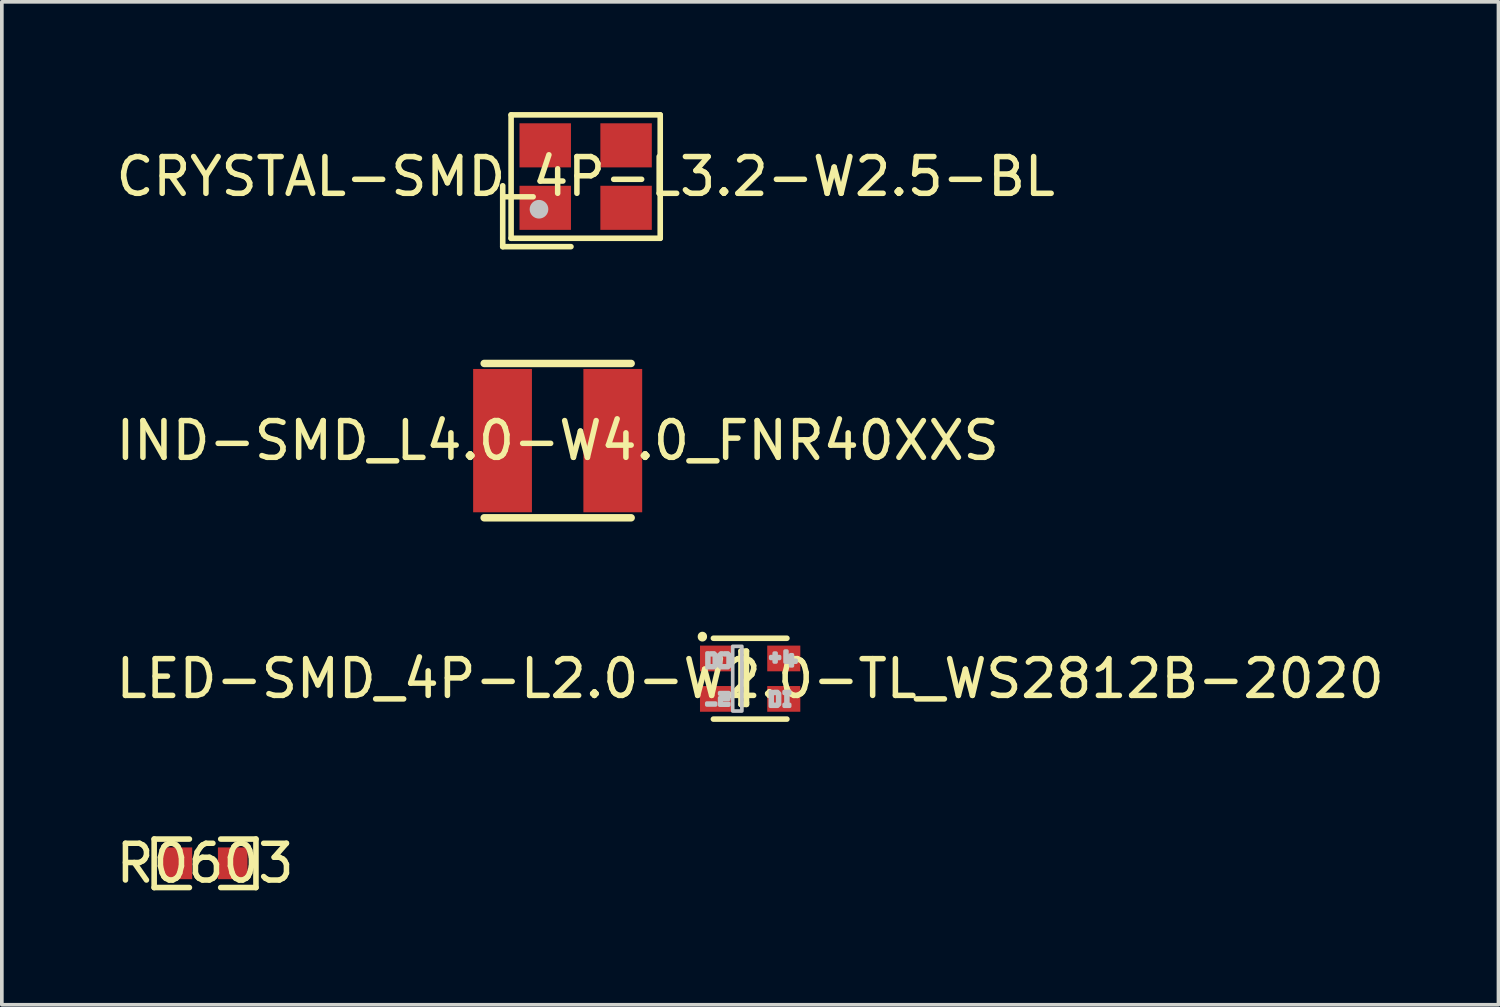
<source format=kicad_pcb>
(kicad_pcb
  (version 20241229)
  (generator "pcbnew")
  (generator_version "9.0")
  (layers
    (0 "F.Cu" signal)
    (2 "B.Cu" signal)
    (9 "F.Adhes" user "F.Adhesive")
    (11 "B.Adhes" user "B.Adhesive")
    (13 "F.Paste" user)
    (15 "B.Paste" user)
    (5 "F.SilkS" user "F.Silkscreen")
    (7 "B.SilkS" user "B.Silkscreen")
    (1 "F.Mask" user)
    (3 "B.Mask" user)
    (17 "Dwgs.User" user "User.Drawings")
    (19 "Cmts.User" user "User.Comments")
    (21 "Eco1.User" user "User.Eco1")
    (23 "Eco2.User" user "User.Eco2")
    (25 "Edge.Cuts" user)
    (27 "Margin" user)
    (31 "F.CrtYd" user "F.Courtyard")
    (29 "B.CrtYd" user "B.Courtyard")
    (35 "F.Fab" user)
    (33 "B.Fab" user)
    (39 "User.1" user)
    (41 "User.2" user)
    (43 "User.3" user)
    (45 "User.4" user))
  (footprint "CRYSTAL-SMD_4P-L3.2-W2.5-BL"
    (layer "F.Cu")
    (at 12.887 1.755)
    (property "Reference" "CRYSTAL-SMD_4P-L3.2-W2.5-BL" (at 0 0 0) (layer "F.SilkS") (effects (font (size 1 1) (thickness 0.15))))
    (fp_line (start -2.257 0.25) (end -2.257 1.907) (stroke (width 0.152) (type default)) (layer "F.SilkS"))
    (fp_line (start -2.257 1.907) (end -0.4 1.907) (stroke (width 0.152) (type default)) (layer "F.SilkS"))
    (fp_line (start -2.029 -1.679) (end 2.029 -1.679) (stroke (width 0.152) (type default)) (layer "F.SilkS"))
    (fp_line (start -2.029 1.679) (end -2.029 -1.679) (stroke (width 0.152) (type default)) (layer "F.SilkS"))
    (fp_line (start 2.029 -1.679) (end 2.029 1.679) (stroke (width 0.152) (type default)) (layer "F.SilkS"))
    (fp_line (start 2.029 1.679) (end -2.029 1.679) (stroke (width 0.152) (type default)) (layer "F.SilkS"))
    (fp_circle (center -1.27 0.889) (end -1.143 0.889) (stroke (width 0.254) (type default)) (fill no) (layer "Dwgs.User"))
    (fp_poly (pts (xy -1.5 -1.15) (xy -0.6 -1.15) (xy -0.6 -0.35) (xy -1.5 -0.35)) (stroke (width 0.1) (type default)) (fill no) (layer "User.1"))
    (fp_poly (pts (xy -1.5 0.35) (xy -0.6 0.35) (xy -0.6 1.15) (xy -1.5 1.15)) (stroke (width 0.1) (type default)) (fill no) (layer "User.1"))
    (fp_poly (pts (xy 0.6 -1.15) (xy 1.5 -1.15) (xy 1.5 -0.35) (xy 0.6 -0.35)) (stroke (width 0.1) (type default)) (fill no) (layer "User.1"))
    (fp_poly (pts (xy 0.6 0.35) (xy 1.5 0.35) (xy 1.5 1.15) (xy 0.6 1.15)) (stroke (width 0.1) (type default)) (fill no) (layer "User.1"))
    (fp_line (start -1.6 -1.25) (end 1.6 -1.25) (stroke (width 0.051) (type default)) (layer "User.2"))
    (fp_line (start -1.6 1.25) (end -1.6 -1.25) (stroke (width 0.051) (type default)) (layer "User.2"))
    (fp_line (start 1.6 -1.25) (end 1.6 1.25) (stroke (width 0.051) (type default)) (layer "User.2"))
    (fp_line (start 1.6 1.25) (end -1.6 1.25) (stroke (width 0.051) (type default)) (layer "User.2"))
    (fp_poly (pts (xy -1.545 1.227) (xy -1.577 1.195) (xy -1.623 1.195) (xy -1.655 1.227) (xy -1.655 1.273) (xy -1.623 1.305) (xy -1.577 1.305) (xy -1.545 1.273)) (stroke (width 0.1) (type default)) (fill no) (layer "User.3"))
    (pad "1" smd rect (at -1.1 0.85) (size 1.4 1.2) (layers "F.Cu" "F.Mask" "F.Paste"))
    (pad "2" smd rect (at 1.1 0.85) (size 1.4 1.2) (layers "F.Cu" "F.Mask" "F.Paste"))
    (pad "3" smd rect (at 1.1 -0.85) (size 1.4 1.2) (layers "F.Cu" "F.Mask" "F.Paste"))
    (pad "4" smd rect (at -1.1 -0.85) (size 1.4 1.2) (layers "F.Cu" "F.Mask" "F.Paste")))
  (footprint "R0603"
    (layer "F.Cu")
    (at 2.53 20.442)
    (property "Reference" "R0603" (at 0 0 0) (layer "F.SilkS") (effects (font (size 1 1) (thickness 0.15))))
    (fp_line (start -1.385 -0.66) (end -0.426 -0.66) (stroke (width 0.152) (type default)) (layer "F.SilkS"))
    (fp_line (start -1.385 0.66) (end -1.385 -0.66) (stroke (width 0.152) (type default)) (layer "F.SilkS"))
    (fp_line (start -0.426 0.66) (end -1.385 0.66) (stroke (width 0.152) (type default)) (layer "F.SilkS"))
    (fp_line (start 0.426 0.66) (end 1.385 0.66) (stroke (width 0.152) (type default)) (layer "F.SilkS"))
    (fp_line (start 1.385 -0.66) (end 0.426 -0.66) (stroke (width 0.152) (type default)) (layer "F.SilkS"))
    (fp_line (start 1.385 0.66) (end 1.385 -0.66) (stroke (width 0.152) (type default)) (layer "F.SilkS"))
    (fp_poly (pts (xy -1.195 0.45) (xy -0.395 0.45) (xy -0.345 0.4) (xy -0.345 0.172) (xy -0.715 0.172) (xy -0.715 -0.158) (xy -0.345 -0.158) (xy -0.345 -0.4) (xy -0.395 -0.45) (xy -1.195 -0.45) (xy -1.245 -0.4) (xy -1.245 0.4)) (stroke (width 0) (type default)) (fill yes) (layer "F.Paste"))
    (fp_poly (pts (xy 1.195 -0.45) (xy 0.395 -0.45) (xy 0.345 -0.4) (xy 0.345 -0.172) (xy 0.715 -0.172) (xy 0.715 0.158) (xy 0.345 0.158) (xy 0.345 0.4) (xy 0.395 0.45) (xy 1.195 0.45) (xy 1.245 0.4) (xy 1.245 -0.4)) (stroke (width 0) (type default)) (fill yes) (layer "F.Paste"))
    (fp_poly (pts (xy -0.8 0.4) (xy -0.8 -0.4) (xy -0.5 -0.4) (xy -0.5 0.4)) (stroke (width 0.1) (type default)) (fill no) (layer "User.1"))
    (fp_poly (pts (xy 0.8 0.4) (xy 0.8 -0.4) (xy 0.5 -0.4) (xy 0.5 0.4)) (stroke (width 0.1) (type default)) (fill no) (layer "User.1"))
    (fp_line (start -0.8 -0.4) (end 0.8 -0.4) (stroke (width 0.051) (type default)) (layer "User.2"))
    (fp_line (start -0.8 0.4) (end -0.8 -0.4) (stroke (width 0.051) (type default)) (layer "User.2"))
    (fp_line (start 0.8 -0.4) (end 0.8 0.4) (stroke (width 0.051) (type default)) (layer "User.2"))
    (fp_line (start 0.8 0.4) (end -0.8 0.4) (stroke (width 0.051) (type default)) (layer "User.2"))
    (fp_poly (pts (xy -0.745 0.377) (xy -0.777 0.345) (xy -0.823 0.345) (xy -0.855 0.377) (xy -0.855 0.423) (xy -0.823 0.455) (xy -0.777 0.455) (xy -0.745 0.423)) (stroke (width 0.1) (type default)) (fill no) (layer "User.3"))
    (pad "1" smd rect (at -0.753 0) (size 0.806 0.864) (layers "F.Cu" "F.Mask" "F.Paste"))
    (pad "2" smd rect (at 0.753 0) (size 0.806 0.864) (layers "F.Cu" "F.Mask" "F.Paste")))
  (footprint "IND-SMD_L4.0-W4.0_FNR40XXS"
    (layer "F.Cu")
    (at 12.125 8.94)
    (property "Reference" "IND-SMD_L4.0-W4.0_FNR40XXS" (at 0 0 0) (layer "F.SilkS") (effects (font (size 1 1) (thickness 0.15))))
    (fp_line (start -2 -2.1) (end 2 -2.1) (stroke (width 0.203) (type default)) (layer "F.SilkS"))
    (fp_line (start -2 2.1) (end 2 2.1) (stroke (width 0.203) (type default)) (layer "F.SilkS"))
    (fp_poly (pts (xy -1.05 -1.65) (xy -1.05 1.65) (xy -2.001 1.65) (xy -2.001 -1.65)) (stroke (width 0.1) (type default)) (fill no) (layer "User.1"))
    (fp_poly (pts (xy 2.001 -1.65) (xy 2.001 1.65) (xy 1.05 1.65) (xy 1.05 -1.65)) (stroke (width 0.1) (type default)) (fill no) (layer "User.1"))
    (fp_line (start -2 -2) (end 2 -2) (stroke (width 0.051) (type default)) (layer "User.2"))
    (fp_line (start -2 2) (end -2 -2) (stroke (width 0.051) (type default)) (layer "User.2"))
    (fp_line (start 2 -2) (end 2 2) (stroke (width 0.051) (type default)) (layer "User.2"))
    (fp_line (start 2 2) (end -2 2) (stroke (width 0.051) (type default)) (layer "User.2"))
    (fp_poly (pts (xy -1.945 1.98) (xy -1.977 1.948) (xy -2.023 1.948) (xy -2.055 1.98) (xy -2.055 2.026) (xy -2.023 2.058) (xy -1.977 2.058) (xy -1.945 2.026)) (stroke (width 0.1) (type default)) (fill no) (layer "User.3"))
    (pad "1" smd rect (at -1.5 0) (size 1.6 3.9) (layers "F.Cu" "F.Mask" "F.Paste"))
    (pad "2" smd rect (at 1.5 0) (size 1.6 3.9) (layers "F.Cu" "F.Mask" "F.Paste")))
  (footprint "LED-SMD_4P-L2.0-W2.0-TL_WS2812B-2020"
    (layer "F.Cu")
    (at 17.363 15.418)
    (property "Reference" "LED-SMD_4P-L2.0-W2.0-TL_WS2812B-2020" (at 0 0 0) (layer "F.SilkS") (effects (font (size 1 1) (thickness 0.15))))
    (fp_line (start -1.3 -1.15) (end -1.3 -1.138) (stroke (width 0.254) (type default)) (layer "F.SilkS"))
    (fp_line (start -1 1.1) (end 1 1.1) (stroke (width 0.152) (type default)) (layer "F.SilkS"))
    (fp_line (start -0.25 -0.75) (end -0.25 0.7) (stroke (width 0.152) (type default)) (layer "F.SilkS"))
    (fp_line (start -0.25 -0.75) (end -0.1 -0.75) (stroke (width 0.152) (type default)) (layer "F.SilkS"))
    (fp_line (start -0.1 -0.75) (end -0.1 0.65) (stroke (width 0.152) (type default)) (layer "F.SilkS"))
    (fp_line (start -0.1 0.65) (end -0.1 0.7) (stroke (width 0.152) (type default)) (layer "F.SilkS"))
    (fp_line (start -0.1 0.7) (end -0.25 0.7) (stroke (width 0.152) (type default)) (layer "F.SilkS"))
    (fp_line (start 1 -1.1) (end -1 -1.1) (stroke (width 0.152) (type default)) (layer "F.SilkS"))
    (fp_poly (pts (xy -1.18 0.665) (xy -0.94 0.665) (xy -0.94 0.715) (xy -1.18 0.715)) (stroke (width 0.1) (type default)) (fill no) (layer "Dwgs.User"))
    (fp_poly (pts (xy -0.225 -0.88) (xy -0.225 0.88) (xy -0.475 0.88) (xy -0.475 -0.88)) (stroke (width 0.1) (type default)) (fill no) (layer "Dwgs.User"))
    (fp_poly (pts (xy 0.56 -0.6) (xy 0.8 -0.6) (xy 0.8 -0.55) (xy 0.56 -0.55)) (stroke (width 0.1) (type default)) (fill no) (layer "Dwgs.User"))
    (fp_poly (pts (xy 0.655 -0.455) (xy 0.655 -0.695) (xy 0.705 -0.695) (xy 0.705 -0.455)) (stroke (width 0.1) (type default)) (fill no) (layer "Dwgs.User"))
    (fp_poly (pts (xy 0.925 0.75) (xy 0.925 0.7) (xy 0.975 0.7) (xy 0.975 0.4) (xy 0.925 0.4) (xy 0.925 0.35) (xy 1.075 0.35) (xy 1.075 0.4) (xy 1.025 0.4) (xy 1.025 0.7) (xy 1.075 0.7) (xy 1.075 0.75)) (stroke (width 0.1) (type default)) (fill no) (layer "Dwgs.User"))
    (fp_poly (pts (xy -1.175 -0.7) (xy -1.175 -0.3) (xy -1.025 -0.3) (xy -0.975 -0.3) (xy -0.925 -0.35) (xy -0.925 -0.65) (xy -0.975 -0.7) (xy -1.075 -0.7) (xy -1.075 -0.65) (xy -0.975 -0.65) (xy -0.975 -0.35) (xy -1.125 -0.35) (xy -1.125 -0.7)) (stroke (width 0.1) (type default)) (fill no) (layer "Dwgs.User"))
    (fp_poly (pts (xy 0.55 0.35) (xy 0.55 0.75) (xy 0.7 0.75) (xy 0.75 0.75) (xy 0.8 0.7) (xy 0.8 0.4) (xy 0.75 0.35) (xy 0.65 0.35) (xy 0.65 0.4) (xy 0.75 0.4) (xy 0.75 0.7) (xy 0.6 0.7) (xy 0.6 0.35)) (stroke (width 0.1) (type default)) (fill no) (layer "Dwgs.User"))
    (fp_poly (pts (xy 0.95 -0.75) (xy 0.95 -0.45) (xy 1.1 -0.45) (xy 1.1 -0.35) (xy 1.15 -0.35) (xy 1.15 -0.45) (xy 1.25 -0.45) (xy 1.25 -0.5) (xy 1.15 -0.5) (xy 1.15 -0.65) (xy 1.1 -0.65) (xy 1.1 -0.5) (xy 1 -0.5) (xy 1 -0.75)) (stroke (width 0.1) (type default)) (fill no) (layer "Dwgs.User"))
    (fp_poly (pts (xy -0.82 0.38) (xy -0.58 0.38) (xy -0.58 0.56) (xy -0.79 0.56) (xy -0.79 0.67) (xy -0.58 0.67) (xy -0.58 0.72) (xy -0.82 0.72) (xy -0.83 0.72) (xy -0.83 0.71) (xy -0.83 0.52) (xy -0.61 0.52) (xy -0.61 0.42) (xy -0.83 0.42) (xy -0.83 0.38)) (stroke (width 0.1) (type default)) (fill no) (layer "Dwgs.User"))
    (fp_poly (pts (xy -0.8 -0.7) (xy -0.85 -0.65) (xy -0.85 -0.35) (xy -0.8 -0.3) (xy -0.6 -0.3) (xy -0.55 -0.35) (xy -0.55 -0.65) (xy -0.6 -0.7) (xy -0.7 -0.7) (xy -0.7 -0.65) (xy -0.6 -0.65) (xy -0.6 -0.35) (xy -0.8 -0.35) (xy -0.8 -0.65) (xy -0.75 -0.65) (xy -0.75 -0.7)) (stroke (width 0.1) (type default)) (fill no) (layer "Dwgs.User"))
    (fp_poly (pts (xy -1 -0.2) (xy -1 -0.9) (xy -0.475 -0.9) (xy -0.475 -0.2)) (stroke (width 0.1) (type default)) (fill no) (layer "User.1"))
    (fp_poly (pts (xy -1 0.9) (xy -1 0.2) (xy -0.475 0.2) (xy -0.475 0.9)) (stroke (width 0.1) (type default)) (fill no) (layer "User.1"))
    (fp_poly (pts (xy 0.475 -0.2) (xy 0.475 -0.9) (xy 1 -0.9) (xy 1 -0.2)) (stroke (width 0.1) (type default)) (fill no) (layer "User.1"))
    (fp_poly (pts (xy 0.475 0.9) (xy 0.475 0.2) (xy 1 0.2) (xy 1 0.9)) (stroke (width 0.1) (type default)) (fill no) (layer "User.1"))
    (fp_line (start -1 -1) (end 1 -1) (stroke (width 0.051) (type default)) (layer "User.2"))
    (fp_line (start -1 1) (end -1 -1) (stroke (width 0.051) (type default)) (layer "User.2"))
    (fp_line (start 1 -1) (end 1 1) (stroke (width 0.051) (type default)) (layer "User.2"))
    (fp_line (start 1 1) (end -1 1) (stroke (width 0.051) (type default)) (layer "User.2"))
    (fp_poly (pts (xy -0.945 -1.023) (xy -0.977 -1.055) (xy -1.023 -1.055) (xy -1.055 -1.023) (xy -1.055 -0.977) (xy -1.023 -0.945) (xy -0.977 -0.945) (xy -0.945 -0.977)) (stroke (width 0.1) (type default)) (fill no) (layer "User.3"))
    (pad "1" smd rect (at -0.915 -0.55) (size 0.9 0.7) (layers "F.Cu" "F.Mask" "F.Paste"))
    (pad "2" smd rect (at -0.915 0.55) (size 0.9 0.7) (layers "F.Cu" "F.Mask" "F.Paste"))
    (pad "3" smd rect (at 0.915 0.55) (size 0.9 0.7) (layers "F.Cu" "F.Mask" "F.Paste"))
    (pad "4" smd rect (at 0.915 -0.55) (size 0.9 0.7) (layers "F.Cu" "F.Mask" "F.Paste")))
  (gr_rect
    (start -3 -3)
    (end 37.726 24.291)
    (stroke (width 0.1) (type default))
    (fill no)
    (layer "Edge.Cuts")))
</source>
